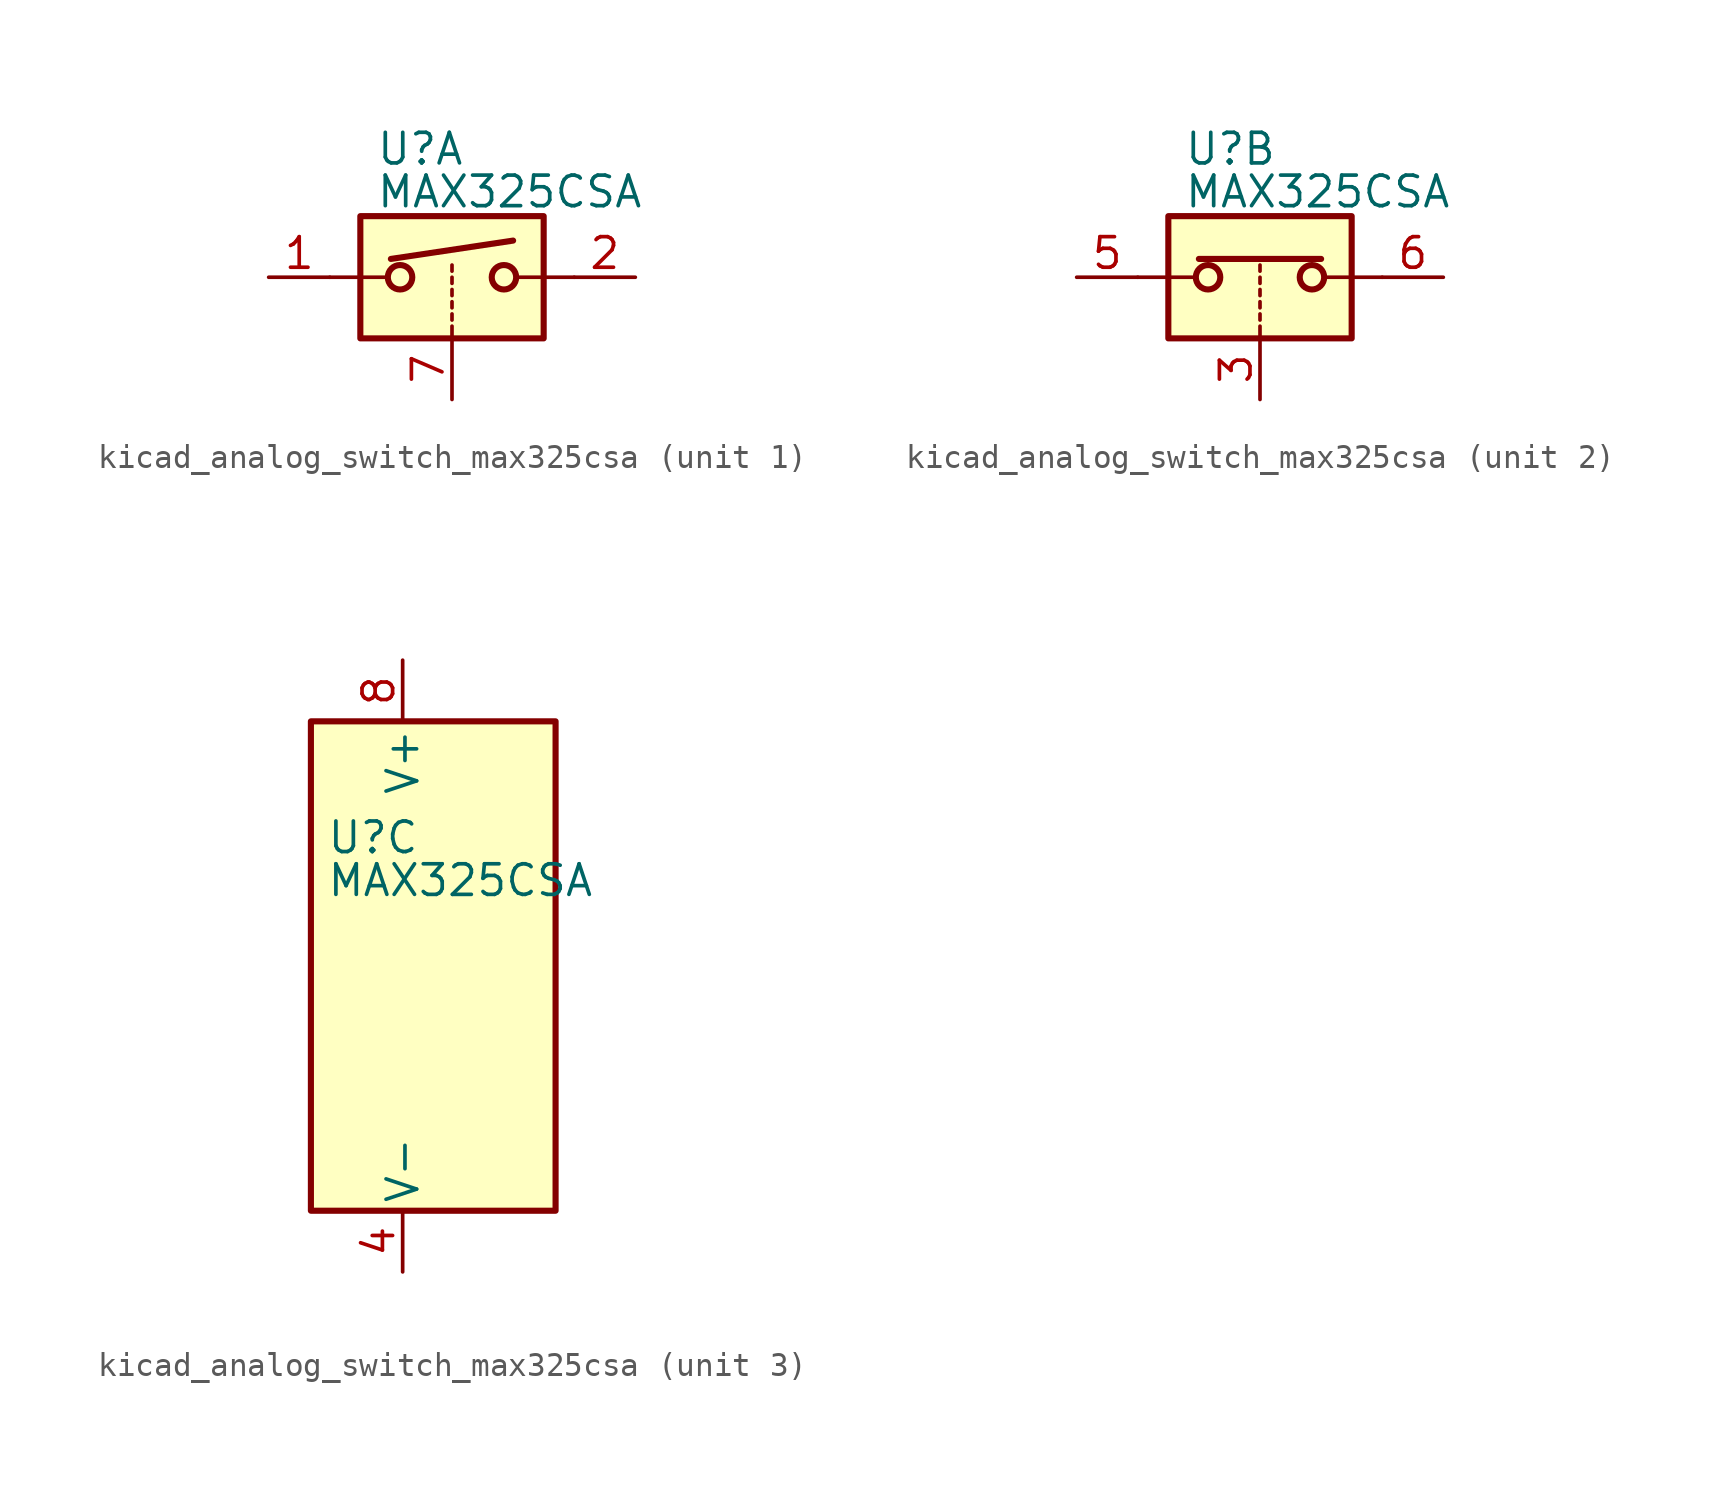
<source format=kicad_sym>
(kicad_symbol_lib
  (version 20220914)
  (generator kicad_symbol_editor)
  (symbol "kicad_analog_switch_max325csa"
    (pin_names
      (offset 0.254))
    (property "Reference" "U"
      (at -3.175 5.334 0)
      (effects (font (size 1.27 1.27)) (justify left)))
    (property "Value" "MAX325CSA"
      (at -3.175 3.556 0)
      (effects (font (size 1.27 1.27)) (justify left)))
    (symbol "kicad_analog_switch_max325csa_1_1"
      (rectangle (start -3.81 2.54) (end 3.81 -2.54) (stroke (width 0.254) (type default)) (fill (type background)))
      (circle (center -2.159 0) (radius 0.508) (stroke (width 0.254) (type default)) (fill (type none)))
      (polyline (pts (xy -5.08 0) (xy -2.794 0)) (stroke (width 0) (type default)) (fill (type none)))
      (polyline (pts (xy -2.54 0.762) (xy 2.54 1.524)) (stroke (width 0.254) (type default)) (fill (type none)))
      (polyline (pts (xy 0 -2.54) (xy 0 -2.032)) (stroke (width 0) (type default)) (fill (type none)))
      (polyline (pts (xy 0 -1.778) (xy 0 -1.524)) (stroke (width 0) (type default)) (fill (type none)))
      (polyline (pts (xy 0 -1.27) (xy 0 -1.016)) (stroke (width 0) (type default)) (fill (type none)))
      (polyline (pts (xy 0 -0.762) (xy 0 -0.508)) (stroke (width 0) (type default)) (fill (type none)))
      (polyline (pts (xy 0 -0.254) (xy 0 0)) (stroke (width 0) (type default)) (fill (type none)))
      (polyline (pts (xy 0 0.254) (xy 0 0.508)) (stroke (width 0) (type default)) (fill (type none)))
      (polyline (pts (xy 5.08 0) (xy 2.794 0)) (stroke (width 0) (type default)) (fill (type none)))
      (circle (center 2.159 0) (radius 0.508) (stroke (width 0.254) (type default)) (fill (type none)))
      (pin passive line (at -7.62 0 0) (length 2.54) (name "~" (effects (font (size 1.27 1.27)))) (number "1" (effects (font (size 1.27 1.27)))))
      (pin passive line (at 7.62 0 180) (length 2.54) (name "~" (effects (font (size 1.27 1.27)))) (number "2" (effects (font (size 1.27 1.27)))))
      (pin input line (at 0 -5.08 90) (length 2.54) (name "~" (effects (font (size 1.27 1.27)))) (number "7" (effects (font (size 1.27 1.27))))))
    (symbol "kicad_analog_switch_max325csa_2_1"
      (rectangle (start -3.81 2.54) (end 3.81 -2.54) (stroke (width 0.254) (type default)) (fill (type background)))
      (circle (center -2.159 0) (radius 0.508) (stroke (width 0.254) (type default)) (fill (type none)))
      (polyline (pts (xy -5.08 0) (xy -2.794 0)) (stroke (width 0) (type default)) (fill (type none)))
      (polyline (pts (xy -2.54 0.762) (xy 2.54 0.762)) (stroke (width 0.254) (type default)) (fill (type none)))
      (polyline (pts (xy 0 -2.54) (xy 0 -2.032)) (stroke (width 0) (type default)) (fill (type none)))
      (polyline (pts (xy 0 -1.778) (xy 0 -1.524)) (stroke (width 0) (type default)) (fill (type none)))
      (polyline (pts (xy 0 -1.27) (xy 0 -1.016)) (stroke (width 0) (type default)) (fill (type none)))
      (polyline (pts (xy 0 -0.762) (xy 0 -0.508)) (stroke (width 0) (type default)) (fill (type none)))
      (polyline (pts (xy 0 -0.254) (xy 0 0)) (stroke (width 0) (type default)) (fill (type none)))
      (polyline (pts (xy 0 0.254) (xy 0 0.508)) (stroke (width 0) (type default)) (fill (type none)))
      (polyline (pts (xy 5.08 0) (xy 2.794 0)) (stroke (width 0) (type default)) (fill (type none)))
      (circle (center 2.159 0) (radius 0.508) (stroke (width 0.254) (type default)) (fill (type none)))
      (pin input line (at 0 -5.08 90) (length 2.54) (name "~" (effects (font (size 1.27 1.27)))) (number "3" (effects (font (size 1.27 1.27)))))
      (pin passive line (at -7.62 0 0) (length 2.54) (name "~" (effects (font (size 1.27 1.27)))) (number "5" (effects (font (size 1.27 1.27)))))
      (pin passive line (at 7.62 0 180) (length 2.54) (name "~" (effects (font (size 1.27 1.27)))) (number "6" (effects (font (size 1.27 1.27))))))
    (symbol "kicad_analog_switch_max325csa_3_0"
      (pin power_in line (at 0 -12.7 90) (length 2.54) (name "V-" (effects (font (size 1.27 1.27)))) (number "4" (effects (font (size 1.27 1.27)))))
      (pin power_in line (at 0 12.7 270) (length 2.54) (name "V+" (effects (font (size 1.27 1.27)))) (number "8" (effects (font (size 1.27 1.27))))))
    (symbol "kicad_analog_switch_max325csa_3_1"
      (rectangle (start -3.81 10.16) (end 6.35 -10.16) (stroke (width 0.254) (type default)) (fill (type background))))))
</source>
